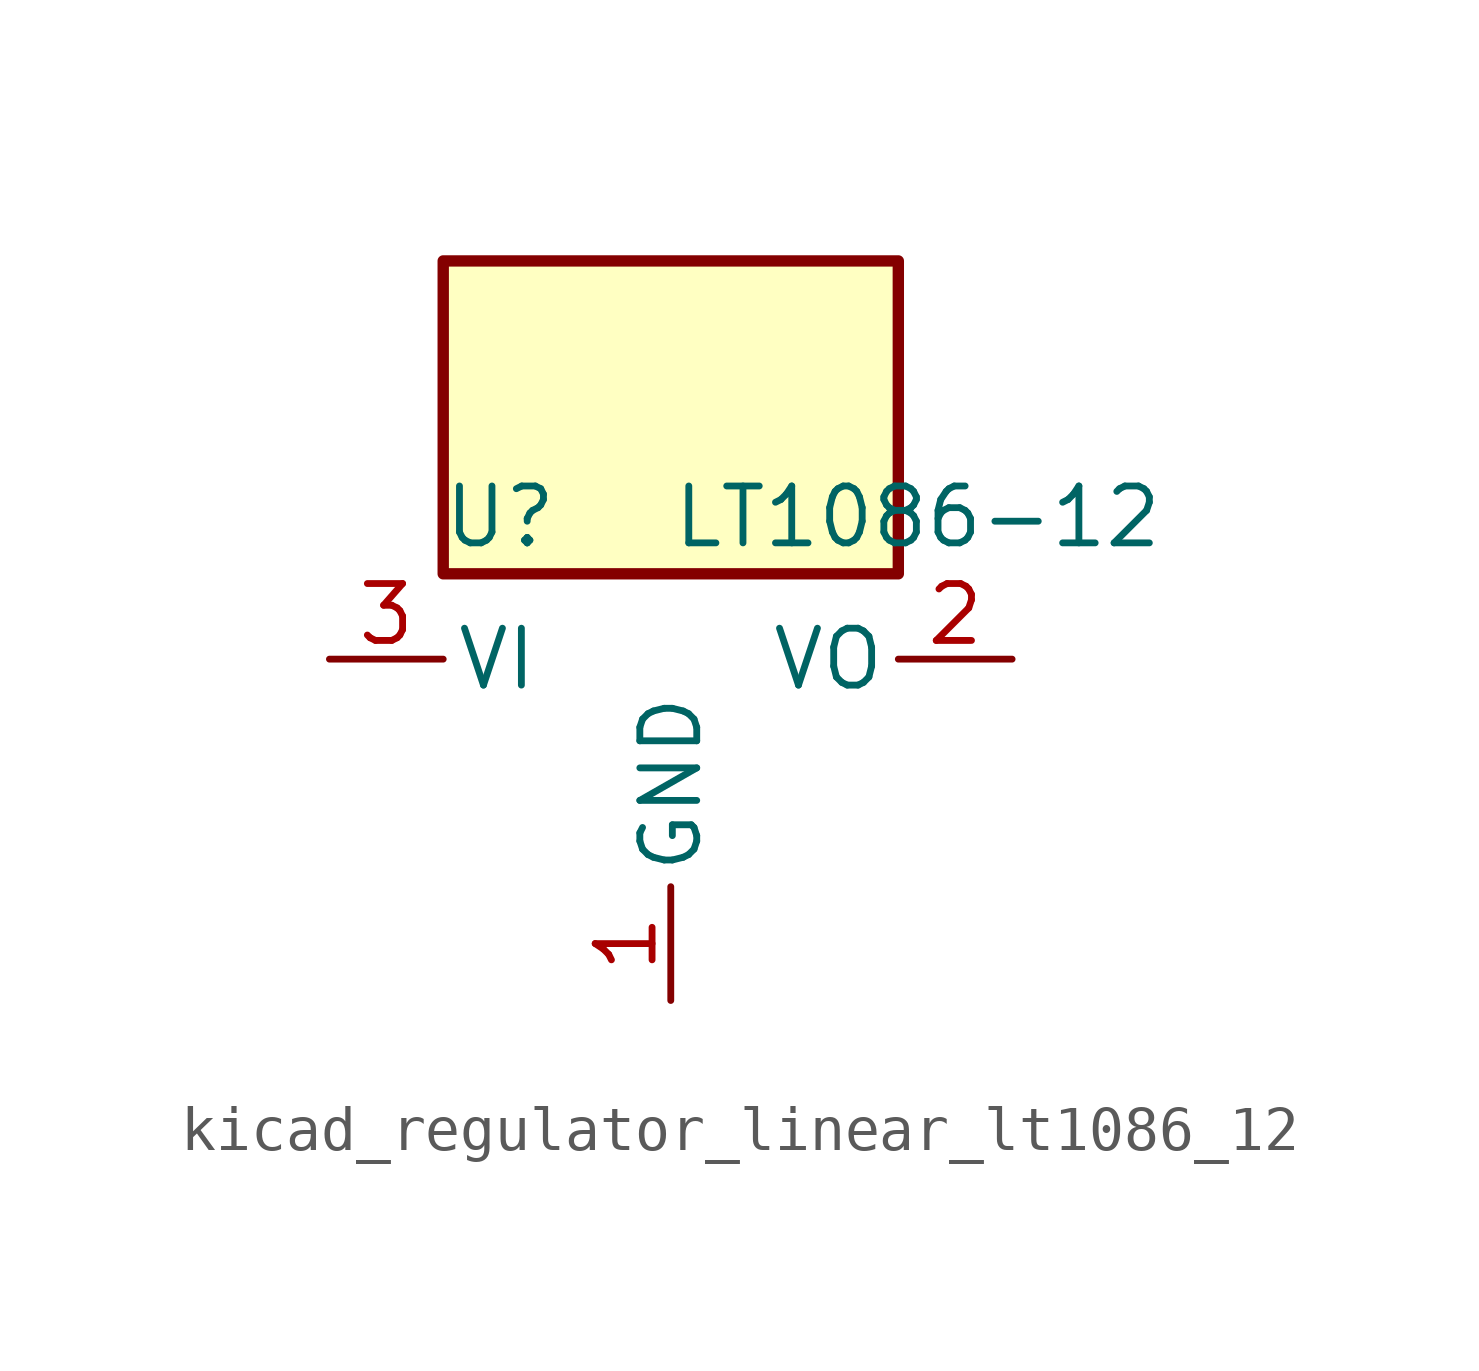
<source format=kicad_sym>
(kicad_symbol_lib
  (version 20220914)
  (generator kicad_symbol_editor)
  (symbol "kicad_regulator_linear_lt1086_12"
    (pin_names
      (offset 0.254))
    (property "Reference" "U"
      (at -3.81 3.175 0)
      (effects (font (size 1.27 1.27))))
    (property "Value" "LT1086-12"
      (at 0 3.175 0)
      (effects (font (size 1.27 1.27)) (justify left)))
    (symbol "kicad_regulator_linear_lt1086_12_0_1"
      (rectangle (start 5.08 8.89) (end -5.08 1.905) (stroke (width 0.254) (type default)) (fill (type background))))
    (symbol "kicad_regulator_linear_lt1086_12_1_1"
      (pin power_in line (at 0 -7.62 90) (length 2.54) (name "GND" (effects (font (size 1.27 1.27)))) (number "1" (effects (font (size 1.27 1.27)))))
      (pin power_out line (at 7.62 0 180) (length 2.54) (name "VO" (effects (font (size 1.27 1.27)))) (number "2" (effects (font (size 1.27 1.27)))))
      (pin power_in line (at -7.62 0 0) (length 2.54) (name "VI" (effects (font (size 1.27 1.27)))) (number "3" (effects (font (size 1.27 1.27))))))))
</source>
